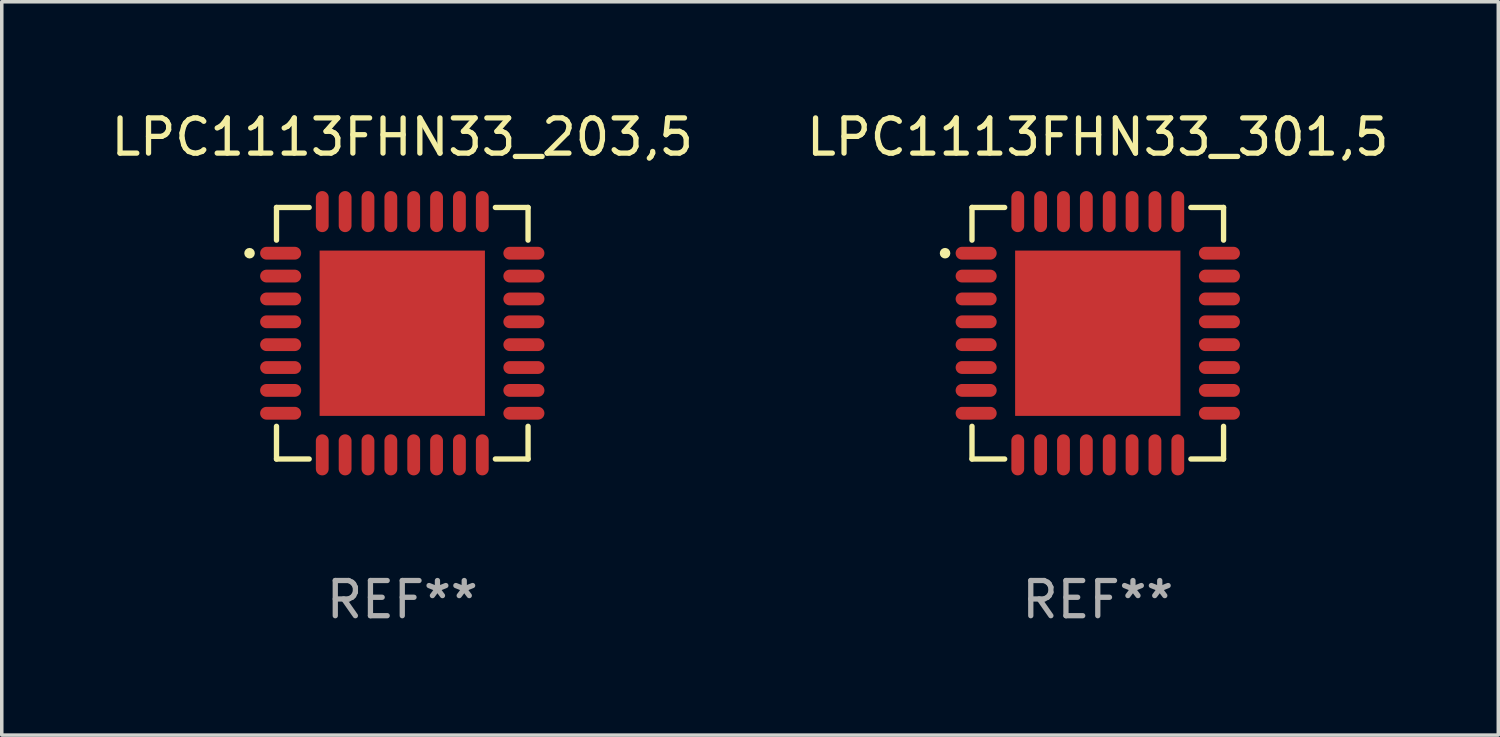
<source format=kicad_pcb>
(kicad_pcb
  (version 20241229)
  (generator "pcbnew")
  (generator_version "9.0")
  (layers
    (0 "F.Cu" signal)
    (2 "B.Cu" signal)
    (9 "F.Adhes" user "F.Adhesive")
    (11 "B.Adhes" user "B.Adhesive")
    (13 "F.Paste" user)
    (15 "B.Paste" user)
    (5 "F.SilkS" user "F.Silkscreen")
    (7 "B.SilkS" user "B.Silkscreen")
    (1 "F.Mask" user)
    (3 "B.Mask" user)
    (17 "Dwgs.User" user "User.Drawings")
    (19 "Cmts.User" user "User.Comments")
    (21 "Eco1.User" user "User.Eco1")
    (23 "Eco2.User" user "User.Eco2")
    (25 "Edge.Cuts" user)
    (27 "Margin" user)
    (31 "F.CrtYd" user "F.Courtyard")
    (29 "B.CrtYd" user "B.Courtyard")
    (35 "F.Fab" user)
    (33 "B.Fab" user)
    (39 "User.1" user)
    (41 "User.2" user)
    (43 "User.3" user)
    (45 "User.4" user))
  (footprint "LPC1113FHN33_301,5"
    (layer "F.Cu")
    (at 28.161 6.424)
    (property "Reference" "LPC1113FHN33_301,5" (at 0 -5.576 0) (layer "F.SilkS") (effects (font (size 1 1) (thickness 0.15))))
    (attr through_hole)
    (fp_line (start -3.576 -3.576) (end -3.576 -2.647) (stroke (width 0.152) (type solid)) (layer "F.SilkS"))
    (fp_line (start -3.576 3.576) (end -3.576 2.647) (stroke (width 0.152) (type solid)) (layer "F.SilkS"))
    (fp_line (start -2.647 -3.576) (end -3.576 -3.576) (stroke (width 0.152) (type solid)) (layer "F.SilkS"))
    (fp_line (start -2.647 3.576) (end -3.576 3.576) (stroke (width 0.152) (type solid)) (layer "F.SilkS"))
    (fp_line (start 2.647 -3.576) (end 3.576 -3.576) (stroke (width 0.152) (type solid)) (layer "F.SilkS"))
    (fp_line (start 2.647 3.576) (end 3.576 3.576) (stroke (width 0.152) (type solid)) (layer "F.SilkS"))
    (fp_line (start 3.576 -3.576) (end 3.576 -2.647) (stroke (width 0.152) (type solid)) (layer "F.SilkS"))
    (fp_line (start 3.576 3.576) (end 3.576 2.647) (stroke (width 0.152) (type solid)) (layer "F.SilkS"))
    (fp_circle (center -4.342 -2.275) (end -4.267 -2.275) (stroke (width 0.15) (type solid)) (fill no) (layer "F.SilkS"))
    (fp_text user "REF**" (at 0 7.576 0) (layer "F.Fab") (effects (font (size 1 1) (thickness 0.15))))
    (pad "1" smd oval (at -3.458 -2.275 270) (size 0.364 1.167) (layers "F.Cu" "F.Mask" "F.Paste"))
    (pad "2" smd oval (at -3.458 -1.625 270) (size 0.364 1.167) (layers "F.Cu" "F.Mask" "F.Paste"))
    (pad "3" smd oval (at -3.458 -0.975 270) (size 0.364 1.167) (layers "F.Cu" "F.Mask" "F.Paste"))
    (pad "4" smd oval (at -3.458 -0.325 270) (size 0.364 1.167) (layers "F.Cu" "F.Mask" "F.Paste"))
    (pad "5" smd oval (at -3.458 0.325 270) (size 0.364 1.167) (layers "F.Cu" "F.Mask" "F.Paste"))
    (pad "6" smd oval (at -3.458 0.975 270) (size 0.364 1.167) (layers "F.Cu" "F.Mask" "F.Paste"))
    (pad "7" smd oval (at -3.458 1.625 270) (size 0.364 1.167) (layers "F.Cu" "F.Mask" "F.Paste"))
    (pad "8" smd oval (at -3.458 2.275 270) (size 0.364 1.167) (layers "F.Cu" "F.Mask" "F.Paste"))
    (pad "9" smd oval (at -2.275 3.458 270) (size 1.167 0.364) (layers "F.Cu" "F.Mask" "F.Paste"))
    (pad "10" smd oval (at -1.625 3.458 270) (size 1.167 0.364) (layers "F.Cu" "F.Mask" "F.Paste"))
    (pad "11" smd oval (at -0.975 3.458 270) (size 1.167 0.364) (layers "F.Cu" "F.Mask" "F.Paste"))
    (pad "12" smd oval (at -0.325 3.458 270) (size 1.167 0.364) (layers "F.Cu" "F.Mask" "F.Paste"))
    (pad "13" smd oval (at 0.325 3.458 270) (size 1.167 0.364) (layers "F.Cu" "F.Mask" "F.Paste"))
    (pad "14" smd oval (at 0.975 3.458 270) (size 1.167 0.364) (layers "F.Cu" "F.Mask" "F.Paste"))
    (pad "15" smd oval (at 1.625 3.458 270) (size 1.167 0.364) (layers "F.Cu" "F.Mask" "F.Paste"))
    (pad "16" smd oval (at 2.275 3.458 270) (size 1.167 0.364) (layers "F.Cu" "F.Mask" "F.Paste"))
    (pad "17" smd oval (at 3.458 2.275 270) (size 0.364 1.167) (layers "F.Cu" "F.Mask" "F.Paste"))
    (pad "18" smd oval (at 3.458 1.625 270) (size 0.364 1.167) (layers "F.Cu" "F.Mask" "F.Paste"))
    (pad "19" smd oval (at 3.458 0.975 270) (size 0.364 1.167) (layers "F.Cu" "F.Mask" "F.Paste"))
    (pad "20" smd oval (at 3.458 0.325 270) (size 0.364 1.167) (layers "F.Cu" "F.Mask" "F.Paste"))
    (pad "21" smd oval (at 3.458 -0.325 270) (size 0.364 1.167) (layers "F.Cu" "F.Mask" "F.Paste"))
    (pad "22" smd oval (at 3.458 -0.975 270) (size 0.364 1.167) (layers "F.Cu" "F.Mask" "F.Paste"))
    (pad "23" smd oval (at 3.458 -1.625 270) (size 0.364 1.167) (layers "F.Cu" "F.Mask" "F.Paste"))
    (pad "24" smd oval (at 3.458 -2.275 270) (size 0.364 1.167) (layers "F.Cu" "F.Mask" "F.Paste"))
    (pad "25" smd oval (at 2.275 -3.458 270) (size 1.167 0.364) (layers "F.Cu" "F.Mask" "F.Paste"))
    (pad "26" smd oval (at 1.625 -3.458 270) (size 1.167 0.364) (layers "F.Cu" "F.Mask" "F.Paste"))
    (pad "27" smd oval (at 0.975 -3.458 270) (size 1.167 0.364) (layers "F.Cu" "F.Mask" "F.Paste"))
    (pad "28" smd oval (at 0.325 -3.458 270) (size 1.167 0.364) (layers "F.Cu" "F.Mask" "F.Paste"))
    (pad "29" smd oval (at -0.325 -3.458 270) (size 1.167 0.364) (layers "F.Cu" "F.Mask" "F.Paste"))
    (pad "30" smd oval (at -0.975 -3.458 270) (size 1.167 0.364) (layers "F.Cu" "F.Mask" "F.Paste"))
    (pad "31" smd oval (at -1.625 -3.458 270) (size 1.167 0.364) (layers "F.Cu" "F.Mask" "F.Paste"))
    (pad "32" smd oval (at -2.275 -3.458 270) (size 1.167 0.364) (layers "F.Cu" "F.Mask" "F.Paste"))
    (pad "33" smd rect (at 0 0 270) (size 4.7 4.7) (layers "F.Cu" "F.Mask" "F.Paste")))
  (footprint "LPC1113FHN33_203,5"
    (layer "F.Cu")
    (at 8.387 6.424)
    (property "Reference" "LPC1113FHN33_203,5" (at 0 -5.576 0) (layer "F.SilkS") (effects (font (size 1 1) (thickness 0.15))))
    (attr through_hole)
    (fp_line (start -3.576 -3.576) (end -3.576 -2.647) (stroke (width 0.152) (type solid)) (layer "F.SilkS"))
    (fp_line (start -3.576 3.576) (end -3.576 2.647) (stroke (width 0.152) (type solid)) (layer "F.SilkS"))
    (fp_line (start -2.647 -3.576) (end -3.576 -3.576) (stroke (width 0.152) (type solid)) (layer "F.SilkS"))
    (fp_line (start -2.647 3.576) (end -3.576 3.576) (stroke (width 0.152) (type solid)) (layer "F.SilkS"))
    (fp_line (start 2.647 -3.576) (end 3.576 -3.576) (stroke (width 0.152) (type solid)) (layer "F.SilkS"))
    (fp_line (start 2.647 3.576) (end 3.576 3.576) (stroke (width 0.152) (type solid)) (layer "F.SilkS"))
    (fp_line (start 3.576 -3.576) (end 3.576 -2.647) (stroke (width 0.152) (type solid)) (layer "F.SilkS"))
    (fp_line (start 3.576 3.576) (end 3.576 2.647) (stroke (width 0.152) (type solid)) (layer "F.SilkS"))
    (fp_circle (center -4.342 -2.275) (end -4.267 -2.275) (stroke (width 0.15) (type solid)) (fill no) (layer "F.SilkS"))
    (fp_text user "REF**" (at 0 7.576 0) (layer "F.Fab") (effects (font (size 1 1) (thickness 0.15))))
    (pad "1" smd oval (at -3.458 -2.275 270) (size 0.364 1.167) (layers "F.Cu" "F.Mask" "F.Paste"))
    (pad "2" smd oval (at -3.458 -1.625 270) (size 0.364 1.167) (layers "F.Cu" "F.Mask" "F.Paste"))
    (pad "3" smd oval (at -3.458 -0.975 270) (size 0.364 1.167) (layers "F.Cu" "F.Mask" "F.Paste"))
    (pad "4" smd oval (at -3.458 -0.325 270) (size 0.364 1.167) (layers "F.Cu" "F.Mask" "F.Paste"))
    (pad "5" smd oval (at -3.458 0.325 270) (size 0.364 1.167) (layers "F.Cu" "F.Mask" "F.Paste"))
    (pad "6" smd oval (at -3.458 0.975 270) (size 0.364 1.167) (layers "F.Cu" "F.Mask" "F.Paste"))
    (pad "7" smd oval (at -3.458 1.625 270) (size 0.364 1.167) (layers "F.Cu" "F.Mask" "F.Paste"))
    (pad "8" smd oval (at -3.458 2.275 270) (size 0.364 1.167) (layers "F.Cu" "F.Mask" "F.Paste"))
    (pad "9" smd oval (at -2.275 3.458 270) (size 1.167 0.364) (layers "F.Cu" "F.Mask" "F.Paste"))
    (pad "10" smd oval (at -1.625 3.458 270) (size 1.167 0.364) (layers "F.Cu" "F.Mask" "F.Paste"))
    (pad "11" smd oval (at -0.975 3.458 270) (size 1.167 0.364) (layers "F.Cu" "F.Mask" "F.Paste"))
    (pad "12" smd oval (at -0.325 3.458 270) (size 1.167 0.364) (layers "F.Cu" "F.Mask" "F.Paste"))
    (pad "13" smd oval (at 0.325 3.458 270) (size 1.167 0.364) (layers "F.Cu" "F.Mask" "F.Paste"))
    (pad "14" smd oval (at 0.975 3.458 270) (size 1.167 0.364) (layers "F.Cu" "F.Mask" "F.Paste"))
    (pad "15" smd oval (at 1.625 3.458 270) (size 1.167 0.364) (layers "F.Cu" "F.Mask" "F.Paste"))
    (pad "16" smd oval (at 2.275 3.458 270) (size 1.167 0.364) (layers "F.Cu" "F.Mask" "F.Paste"))
    (pad "17" smd oval (at 3.458 2.275 270) (size 0.364 1.167) (layers "F.Cu" "F.Mask" "F.Paste"))
    (pad "18" smd oval (at 3.458 1.625 270) (size 0.364 1.167) (layers "F.Cu" "F.Mask" "F.Paste"))
    (pad "19" smd oval (at 3.458 0.975 270) (size 0.364 1.167) (layers "F.Cu" "F.Mask" "F.Paste"))
    (pad "20" smd oval (at 3.458 0.325 270) (size 0.364 1.167) (layers "F.Cu" "F.Mask" "F.Paste"))
    (pad "21" smd oval (at 3.458 -0.325 270) (size 0.364 1.167) (layers "F.Cu" "F.Mask" "F.Paste"))
    (pad "22" smd oval (at 3.458 -0.975 270) (size 0.364 1.167) (layers "F.Cu" "F.Mask" "F.Paste"))
    (pad "23" smd oval (at 3.458 -1.625 270) (size 0.364 1.167) (layers "F.Cu" "F.Mask" "F.Paste"))
    (pad "24" smd oval (at 3.458 -2.275 270) (size 0.364 1.167) (layers "F.Cu" "F.Mask" "F.Paste"))
    (pad "25" smd oval (at 2.275 -3.458 270) (size 1.167 0.364) (layers "F.Cu" "F.Mask" "F.Paste"))
    (pad "26" smd oval (at 1.625 -3.458 270) (size 1.167 0.364) (layers "F.Cu" "F.Mask" "F.Paste"))
    (pad "27" smd oval (at 0.975 -3.458 270) (size 1.167 0.364) (layers "F.Cu" "F.Mask" "F.Paste"))
    (pad "28" smd oval (at 0.325 -3.458 270) (size 1.167 0.364) (layers "F.Cu" "F.Mask" "F.Paste"))
    (pad "29" smd oval (at -0.325 -3.458 270) (size 1.167 0.364) (layers "F.Cu" "F.Mask" "F.Paste"))
    (pad "30" smd oval (at -0.975 -3.458 270) (size 1.167 0.364) (layers "F.Cu" "F.Mask" "F.Paste"))
    (pad "31" smd oval (at -1.625 -3.458 270) (size 1.167 0.364) (layers "F.Cu" "F.Mask" "F.Paste"))
    (pad "32" smd oval (at -2.275 -3.458 270) (size 1.167 0.364) (layers "F.Cu" "F.Mask" "F.Paste"))
    (pad "33" smd rect (at 0 0 270) (size 4.7 4.7) (layers "F.Cu" "F.Mask" "F.Paste")))
  (gr_rect
    (start -3 -3)
    (end 39.548 17.849)
    (stroke (width 0.1) (type default))
    (fill no)
    (layer "Edge.Cuts")))
</source>
